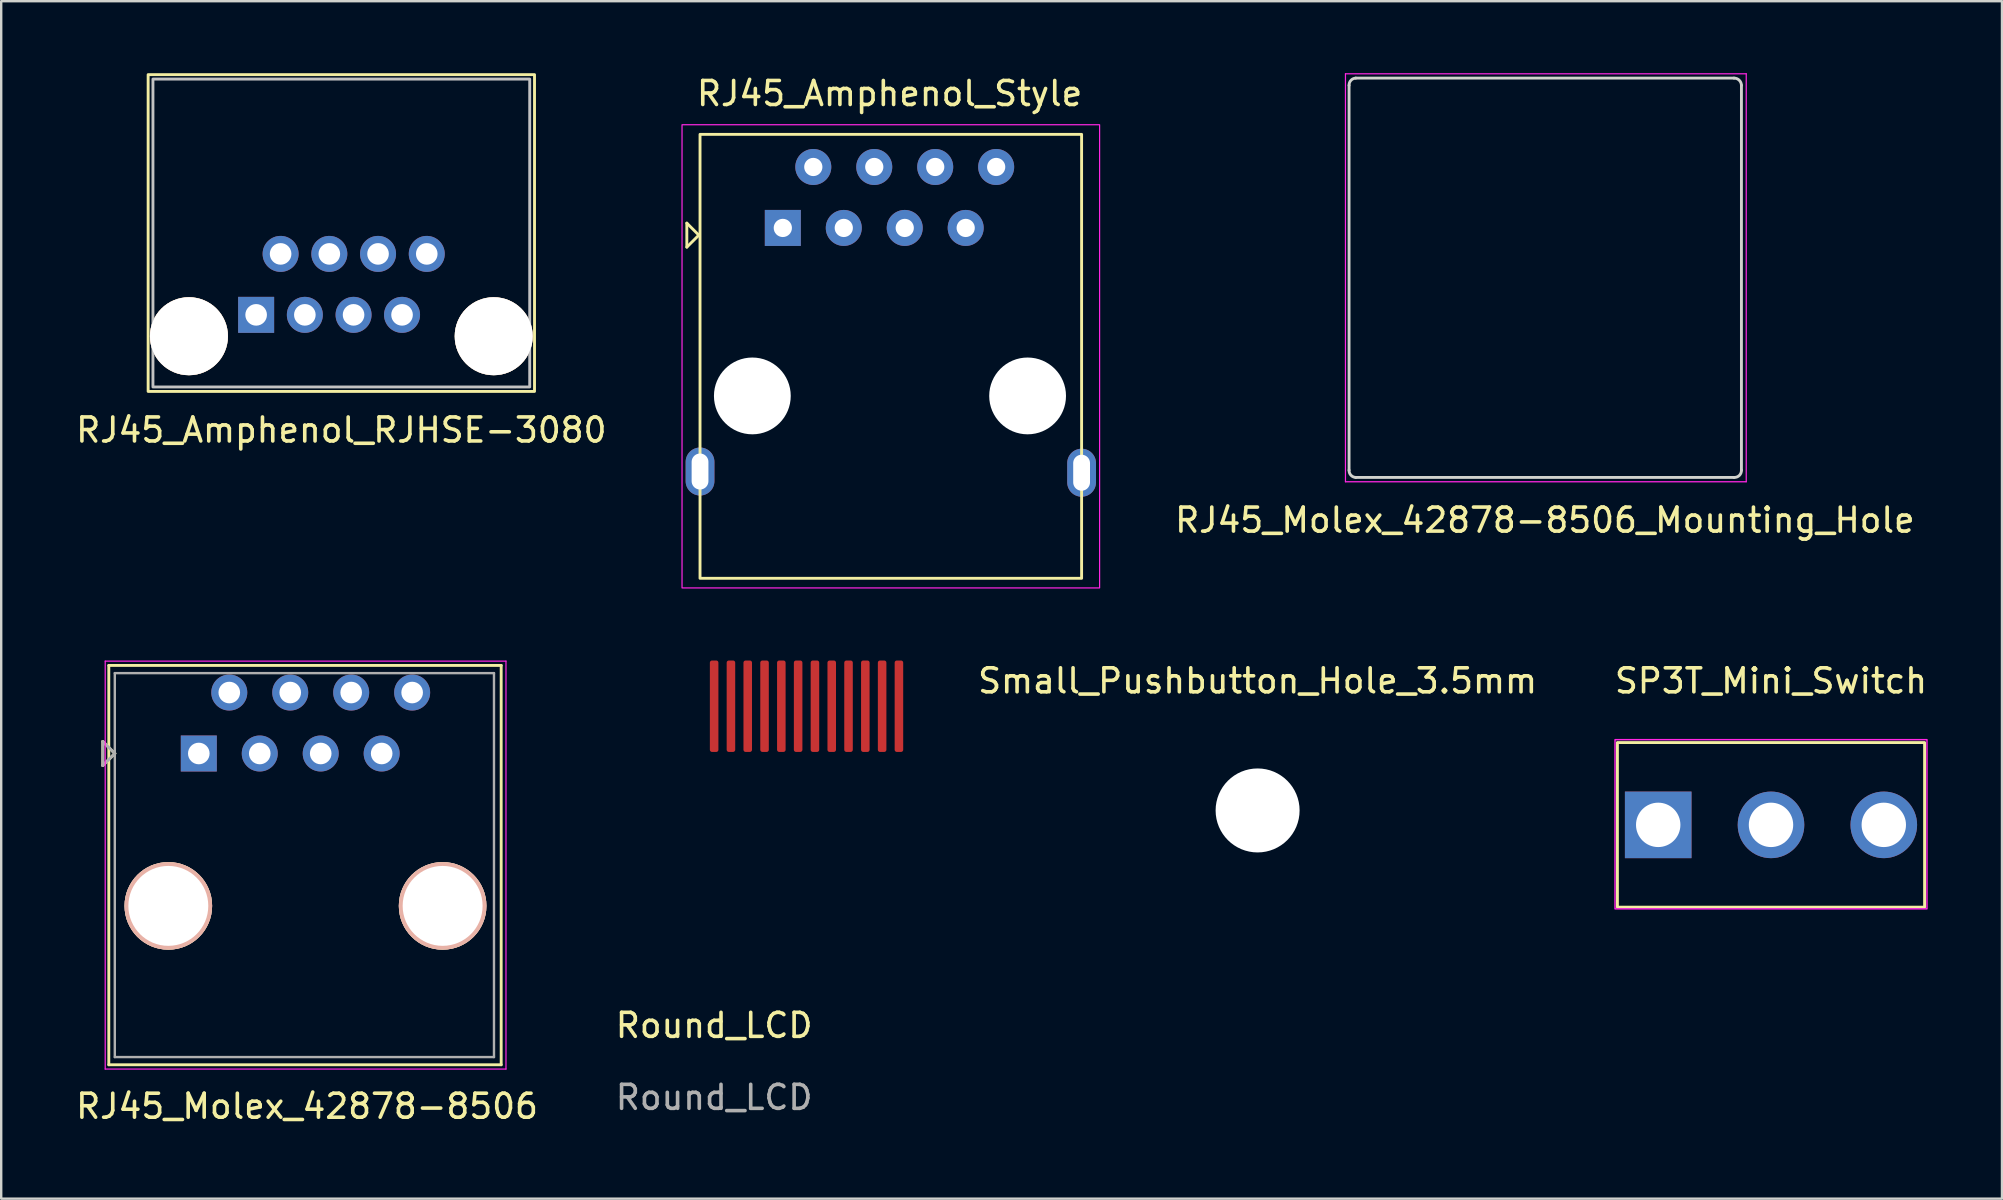
<source format=kicad_pcb>
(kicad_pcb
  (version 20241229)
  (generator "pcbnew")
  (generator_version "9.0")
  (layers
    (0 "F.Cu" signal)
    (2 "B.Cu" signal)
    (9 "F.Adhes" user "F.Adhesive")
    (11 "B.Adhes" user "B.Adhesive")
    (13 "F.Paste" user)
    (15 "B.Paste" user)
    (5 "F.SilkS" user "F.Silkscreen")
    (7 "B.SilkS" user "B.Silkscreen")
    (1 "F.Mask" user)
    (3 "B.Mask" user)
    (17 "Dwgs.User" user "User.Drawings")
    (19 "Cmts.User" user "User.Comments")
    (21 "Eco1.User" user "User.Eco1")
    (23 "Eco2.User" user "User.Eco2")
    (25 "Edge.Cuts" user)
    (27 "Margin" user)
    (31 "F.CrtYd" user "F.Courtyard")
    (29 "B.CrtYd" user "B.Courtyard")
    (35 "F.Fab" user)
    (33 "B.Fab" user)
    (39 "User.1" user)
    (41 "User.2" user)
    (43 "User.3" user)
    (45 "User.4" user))
  (footprint "Small_Pushbutton_Hole_3.5mm"
    (layer "F.Cu")
    (at 49.354 30.721)
    (property "Reference" "Small_Pushbutton_Hole_3.5mm" (at 0 -5.4 0) (layer "F.SilkS") (effects (font (size 1 1) (thickness 0.15))))
    (attr through_hole)
    (fp_circle (center 0 0) (end 1.5 0) (stroke (width 0.15) (type solid)) (fill no) (layer "Cmts.User"))
    (fp_circle (center 0 0) (end 1.6 0) (stroke (width 0.05) (type solid)) (fill no) (layer "F.CrtYd"))
    (pad "" np_thru_hole circle (at 0 0) (size 3.5 3.5) (drill 3.5) (layers "*.Cu" "*.Mask")))
  (footprint "RJ45_Molex_42878-8506_Mounting_Hole"
    (layer "F.Cu")
    (at 61.325 8.525)
    (property "Reference" "RJ45_Molex_42878-8506_Mounting_Hole" (at 0 10.1 0) (layer "F.SilkS") (effects (font (size 1 1) (thickness 0.15))))
    (attr through_hole)
    (fp_line (start -8.16 -8.02) (end -8.16 8.02) (stroke (width 0.12) (type solid)) (layer "Edge.Cuts"))
    (fp_line (start 7.88 -8.32) (end -7.88 -8.32) (stroke (width 0.12) (type solid)) (layer "Edge.Cuts"))
    (fp_line (start 7.88 8.32) (end -7.88 8.32) (stroke (width 0.12) (type solid)) (layer "Edge.Cuts"))
    (fp_line (start 8.19 -8.02) (end 8.19 8.02) (stroke (width 0.12) (type solid)) (layer "Edge.Cuts"))
    (fp_arc (start -8.16 -8.02) (mid -8.081443 -8.227347) (end -7.88 -8.32) (stroke (width 0.12) (type solid)) (layer "Edge.Cuts"))
    (fp_arc (start -7.88 8.32) (mid -8.081749 8.227632) (end -8.16 8.02) (stroke (width 0.12) (type solid)) (layer "Edge.Cuts"))
    (fp_arc (start 7.88 -8.32) (mid 8.096596 -8.233649) (end 8.19 -8.02) (stroke (width 0.12) (type solid)) (layer "Edge.Cuts"))
    (fp_arc (start 8.19 8.02) (mid 8.100924 8.238121) (end 7.88 8.32) (stroke (width 0.12) (type solid)) (layer "Edge.Cuts"))
    (fp_line (start -8.31 -8.5) (end -8.31 8.5) (stroke (width 0.05) (type solid)) (layer "F.CrtYd"))
    (fp_line (start -8.31 -8.5) (end 8.39 -8.5) (stroke (width 0.05) (type solid)) (layer "F.CrtYd"))
    (fp_line (start -8.31 8.5) (end 8.39 8.5) (stroke (width 0.05) (type solid)) (layer "F.CrtYd"))
    (fp_line (start 8.39 -8.5) (end 8.39 8.5) (stroke (width 0.05) (type solid)) (layer "F.CrtYd")))
  (footprint "Round_LCD"
    (layer "F.Cu")
    (at 26.708 26.378)
    (property "Reference" "Round_LCD" (at 0 13.3 0) (unlocked yes) (layer "F.SilkS") (effects (font (size 1 1) (thickness 0.15))))
    (attr smd)
    (fp_text user "${REFERENCE}" (at 0 16.3 0) (unlocked yes) (layer "F.Fab") (effects (font (size 1 1) (thickness 0.15))))
    (pad "1" smd roundrect (at 0 0) (size 0.356 3.81) (layers "F.Cu" "F.Mask" "F.Paste") (roundrect_rratio 0.25))
    (pad "2" smd roundrect (at 0.7 0) (size 0.356 3.81) (layers "F.Cu" "F.Mask" "F.Paste") (roundrect_rratio 0.25))
    (pad "3" smd roundrect (at 1.4 0) (size 0.356 3.81) (layers "F.Cu" "F.Mask" "F.Paste") (roundrect_rratio 0.25))
    (pad "4" smd roundrect (at 2.1 0) (size 0.356 3.81) (layers "F.Cu" "F.Mask" "F.Paste") (roundrect_rratio 0.25))
    (pad "5" smd roundrect (at 2.8 0) (size 0.356 3.81) (layers "F.Cu" "F.Mask" "F.Paste") (roundrect_rratio 0.25))
    (pad "6" smd roundrect (at 3.5 0) (size 0.356 3.81) (layers "F.Cu" "F.Mask" "F.Paste") (roundrect_rratio 0.25))
    (pad "7" smd roundrect (at 4.2 0) (size 0.356 3.81) (layers "F.Cu" "F.Mask" "F.Paste") (roundrect_rratio 0.25))
    (pad "8" smd roundrect (at 4.9 0) (size 0.356 3.81) (layers "F.Cu" "F.Mask" "F.Paste") (roundrect_rratio 0.25))
    (pad "9" smd roundrect (at 5.6 0) (size 0.356 3.81) (layers "F.Cu" "F.Mask" "F.Paste") (roundrect_rratio 0.25))
    (pad "10" smd roundrect (at 6.3 0) (size 0.356 3.81) (layers "F.Cu" "F.Mask" "F.Paste") (roundrect_rratio 0.25))
    (pad "11" smd roundrect (at 7 0) (size 0.356 3.81) (layers "F.Cu" "F.Mask" "F.Paste") (roundrect_rratio 0.25))
    (pad "12" smd roundrect (at 7.7 0) (size 0.356 3.81) (layers "F.Cu" "F.Mask" "F.Paste") (roundrect_rratio 0.25)))
  (footprint "RJ45_Amphenol_Style"
    (layer "F.Cu")
    (at 29.57 6.448)
    (property "Reference" "RJ45_Amphenol_Style" (at 4.45 -5.6 0) (layer "F.SilkS") (effects (font (size 1 1) (thickness 0.15))))
    (attr through_hole)
    (fp_line (start -4 -0.2) (end -4 0.8) (stroke (width 0.12) (type solid)) (layer "F.SilkS"))
    (fp_line (start -4 0.8) (end -3.5 0.3) (stroke (width 0.12) (type solid)) (layer "F.SilkS"))
    (fp_line (start -3.5 0.3) (end -4 -0.2) (stroke (width 0.12) (type solid)) (layer "F.SilkS"))
    (fp_rect (start -3.45 -3.9) (end 12.45 14.6) (stroke (width 0.12) (type default)) (fill no) (layer "F.SilkS"))
    (fp_rect (start -4.2 -4.3) (end 13.2 15) (stroke (width 0.05) (type default)) (fill no) (layer "F.CrtYd"))
    (pad "" np_thru_hole oval (at -3.45 10.15) (size 1.2 2) (drill oval 0.7 1.5) (layers "*.Cu" "*.Mask"))
    (pad "" np_thru_hole circle (at -1.27 7) (size 3.2 3.2) (drill 3.2) (layers "*.Cu" "*.Mask"))
    (pad "" np_thru_hole circle (at 10.2 7) (size 3.2 3.2) (drill 3.2) (layers "*.Cu" "*.Mask"))
    (pad "" np_thru_hole oval (at 12.45 10.2) (size 1.2 2) (drill oval 0.7 1.5) (layers "*.Cu" "*.Mask"))
    (pad "1" thru_hole rect (at 0 0) (size 1.5 1.5) (drill 0.76) (layers "*.Cu" "*.Mask"))
    (pad "2" thru_hole circle (at 1.27 -2.54) (size 1.5 1.5) (drill 0.76) (layers "*.Cu" "*.Mask"))
    (pad "3" thru_hole circle (at 2.54 0) (size 1.5 1.5) (drill 0.76) (layers "*.Cu" "*.Mask"))
    (pad "4" thru_hole circle (at 3.81 -2.54) (size 1.5 1.5) (drill 0.76) (layers "*.Cu" "*.Mask"))
    (pad "5" thru_hole circle (at 5.08 0) (size 1.5 1.5) (drill 0.76) (layers "*.Cu" "*.Mask"))
    (pad "6" thru_hole circle (at 6.35 -2.54) (size 1.5 1.5) (drill 0.76) (layers "*.Cu" "*.Mask"))
    (pad "7" thru_hole circle (at 7.62 0) (size 1.5 1.5) (drill 0.76) (layers "*.Cu" "*.Mask"))
    (pad "8" thru_hole circle (at 8.89 -2.54) (size 1.5 1.5) (drill 0.76) (layers "*.Cu" "*.Mask")))
  (footprint "RJ45_Amphenol_RJHSE-3080"
    (layer "F.Cu")
    (at 11.173 6.66)
    (property "Reference" "RJ45_Amphenol_RJHSE-3080" (at 0 8.21 0) (layer "F.SilkS") (effects (font (size 1 1) (thickness 0.15))))
    (attr through_hole)
    (fp_rect (start -8.05 -6.6) (end 8.05 6.6) (stroke (width 0.12) (type solid)) (fill no) (layer "F.SilkS"))
    (fp_rect (start -7.85 -6.415) (end 7.85 6.415) (stroke (width 0.12) (type solid)) (fill no) (layer "Dwgs.User"))
    (pad "" np_thru_hole circle (at -6.35 4.3) (size 3.25 3.25) (drill 3.25) (layers "*.Cu" "*.SilkS" "*.Mask"))
    (pad "" np_thru_hole circle (at 6.35 4.3) (size 3.25 3.25) (drill 3.25) (layers "*.Cu" "*.SilkS" "*.Mask"))
    (pad "1" thru_hole circle (at 3.56 0.87) (size 1.5 1.5) (drill 0.9) (layers "*.Cu" "*.Mask"))
    (pad "2" thru_hole circle (at 2.53 3.41) (size 1.5 1.5) (drill 0.9) (layers "*.Cu" "*.Mask"))
    (pad "3" thru_hole circle (at 1.53 0.87) (size 1.5 1.5) (drill 0.9) (layers "*.Cu" "*.Mask"))
    (pad "4" thru_hole circle (at 0.51 3.41) (size 1.5 1.5) (drill 0.9) (layers "*.Cu" "*.Mask"))
    (pad "5" thru_hole circle (at -0.5 0.87) (size 1.5 1.5) (drill 0.9) (layers "*.Cu" "*.Mask"))
    (pad "6" thru_hole circle (at -1.52 3.41) (size 1.5 1.5) (drill 0.9) (layers "*.Cu" "*.Mask"))
    (pad "7" thru_hole circle (at -2.53 0.87) (size 1.5 1.5) (drill 0.9) (layers "*.Cu" "*.Mask"))
    (pad "8" thru_hole rect (at -3.55 3.41) (size 1.5 1.5) (drill 0.9) (layers "*.Cu" "*.Mask")))
  (footprint "RJ45_Molex_42878-8506"
    (layer "F.Cu")
    (at 9.634 32.998)
    (property "Reference" "RJ45_Molex_42878-8506" (at 0.11 10.05 0) (layer "F.SilkS") (effects (font (size 1 1) (thickness 0.15))))
    (attr through_hole)
    (fp_line (start -8.4 -5.15) (end -8.4 -4.15) (stroke (width 0.12) (type solid)) (layer "F.SilkS"))
    (fp_line (start -8.4 -4.15) (end -7.9 -4.65) (stroke (width 0.12) (type solid)) (layer "F.SilkS"))
    (fp_line (start -8.15 -8.32) (end -8.15 8.32) (stroke (width 0.12) (type solid)) (layer "F.SilkS"))
    (fp_line (start -7.9 -4.65) (end -8.4 -5.15) (stroke (width 0.12) (type solid)) (layer "F.SilkS"))
    (fp_line (start 8.2 -8.32) (end -8.15 -8.32) (stroke (width 0.12) (type solid)) (layer "F.SilkS"))
    (fp_line (start 8.2 -8.32) (end 8.2 8.32) (stroke (width 0.12) (type solid)) (layer "F.SilkS"))
    (fp_line (start 8.2 8.32) (end -8.15 8.32) (stroke (width 0.12) (type solid)) (layer "F.SilkS"))
    (fp_line (start -8.3 -8.5) (end -8.3 8.5) (stroke (width 0.05) (type solid)) (layer "F.CrtYd"))
    (fp_line (start -8.3 -8.5) (end 8.4 -8.5) (stroke (width 0.05) (type solid)) (layer "F.CrtYd"))
    (fp_line (start -8.3 8.5) (end 8.4 8.5) (stroke (width 0.05) (type solid)) (layer "F.CrtYd"))
    (fp_line (start 8.4 -8.5) (end 8.4 8.5) (stroke (width 0.05) (type solid)) (layer "F.CrtYd"))
    (fp_line (start -8.4 -5.15) (end -8.4 -4.15) (stroke (width 0.12) (type solid)) (layer "F.Fab"))
    (fp_line (start -8.4 -4.15) (end -7.9 -4.65) (stroke (width 0.12) (type solid)) (layer "F.Fab"))
    (fp_line (start -7.9 -8) (end -7.9 8) (stroke (width 0.1) (type solid)) (layer "F.Fab"))
    (fp_line (start -7.9 -4.65) (end -8.4 -5.15) (stroke (width 0.12) (type solid)) (layer "F.Fab"))
    (fp_line (start 7.9 -8) (end -7.9 -8) (stroke (width 0.1) (type solid)) (layer "F.Fab"))
    (fp_line (start 7.9 -8) (end 7.9 8) (stroke (width 0.1) (type solid)) (layer "F.Fab"))
    (fp_line (start 7.9 8) (end -7.9 8) (stroke (width 0.1) (type solid)) (layer "F.Fab"))
    (pad "" np_thru_hole circle (at -5.67 1.7) (size 3.65 3.65) (drill 3.33) (layers "*.Cu" "*.SilkS" "*.Mask"))
    (pad "" np_thru_hole circle (at 5.76 1.7) (size 3.65 3.65) (drill 3.33) (layers "*.Cu" "*.SilkS" "*.Mask"))
    (pad "1" thru_hole rect (at -4.4 -4.65) (size 1.5 1.5) (drill 0.9) (layers "*.Cu" "*.Mask"))
    (pad "2" thru_hole circle (at -3.13 -7.19) (size 1.5 1.5) (drill 0.9) (layers "*.Cu" "*.Mask"))
    (pad "3" thru_hole circle (at -1.86 -4.65) (size 1.5 1.5) (drill 0.9) (layers "*.Cu" "*.Mask"))
    (pad "4" thru_hole circle (at -0.59 -7.19) (size 1.5 1.5) (drill 0.9) (layers "*.Cu" "*.Mask"))
    (pad "5" thru_hole circle (at 0.68 -4.65) (size 1.5 1.5) (drill 0.9) (layers "*.Cu" "*.Mask"))
    (pad "6" thru_hole circle (at 1.95 -7.19) (size 1.5 1.5) (drill 0.9) (layers "*.Cu" "*.Mask"))
    (pad "7" thru_hole circle (at 3.22 -4.65) (size 1.5 1.5) (drill 0.9) (layers "*.Cu" "*.Mask"))
    (pad "8" thru_hole circle (at 4.49 -7.19) (size 1.5 1.5) (drill 0.9) (layers "*.Cu" "*.Mask")))
  (footprint "SP3T_Mini_Switch"
    (layer "F.Cu")
    (at 70.747 31.322)
    (property "Reference" "SP3T_Mini_Switch" (at 0 -6 0) (layer "F.SilkS") (effects (font (size 1 1) (thickness 0.15))))
    (attr through_hole)
    (fp_rect (start -6.4 -3.43) (end 6.4 3.43) (stroke (width 0.12) (type solid)) (fill no) (layer "F.SilkS"))
    (fp_rect (start -6.5 -3.55) (end 6.5 3.5) (stroke (width 0.06) (type solid)) (fill no) (layer "F.CrtYd"))
    (pad "1" thru_hole rect (at -4.7 0) (size 2.775 2.775) (drill 1.85) (layers "*.Cu" "*.Mask"))
    (pad "2" thru_hole circle (at 0 0) (size 2.775 2.775) (drill 1.85) (layers "*.Cu" "*.Mask"))
    (pad "3" thru_hole circle (at 4.7 0) (size 2.775 2.775) (drill 1.85) (layers "*.Cu" "*.Mask")))
  (gr_rect
    (start -3 -3)
    (end 80.372 46.897)
    (stroke (width 0.1) (type default))
    (fill no)
    (layer "Edge.Cuts")))
</source>
